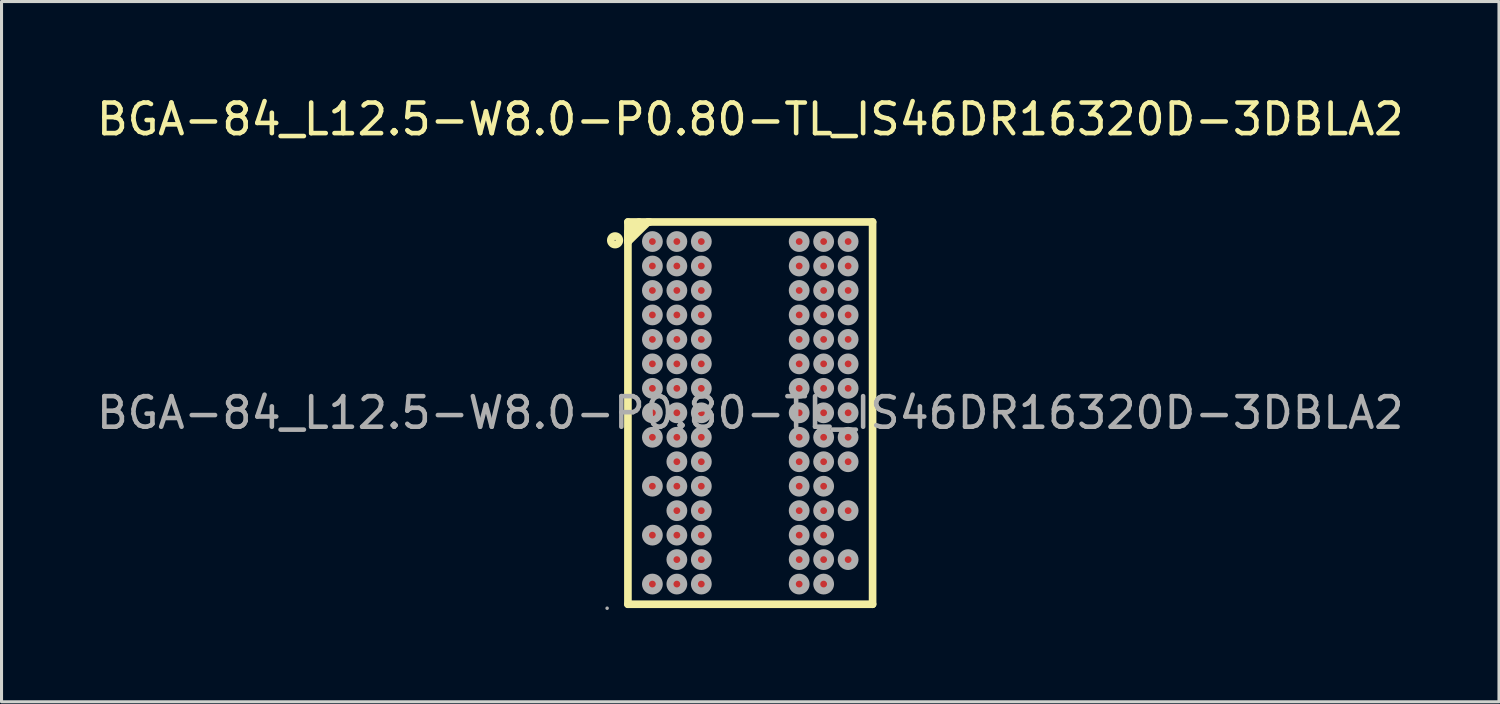
<source format=kicad_pcb>
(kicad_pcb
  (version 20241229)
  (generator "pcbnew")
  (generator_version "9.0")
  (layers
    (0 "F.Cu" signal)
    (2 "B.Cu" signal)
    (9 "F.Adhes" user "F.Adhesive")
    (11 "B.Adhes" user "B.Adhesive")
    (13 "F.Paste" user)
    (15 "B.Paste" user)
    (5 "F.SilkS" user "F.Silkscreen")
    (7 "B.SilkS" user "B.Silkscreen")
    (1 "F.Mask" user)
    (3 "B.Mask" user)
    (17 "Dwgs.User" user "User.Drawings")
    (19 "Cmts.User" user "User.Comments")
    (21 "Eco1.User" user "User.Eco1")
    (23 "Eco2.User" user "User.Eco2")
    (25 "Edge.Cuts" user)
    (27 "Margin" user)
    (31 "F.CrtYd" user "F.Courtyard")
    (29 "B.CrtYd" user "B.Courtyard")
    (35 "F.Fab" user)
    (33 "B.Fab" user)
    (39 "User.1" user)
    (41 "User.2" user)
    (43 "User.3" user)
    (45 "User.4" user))
  (footprint "BGA-84_L12.5-W8.0-P0.80-TL_IS46DR16320D-3DBLA2"
    (layer "F.Cu")
    (at 21.482 10.448)
    (property "Reference" "BGA-84_L12.5-W8.0-P0.80-TL_IS46DR16320D-3DBLA2" (at 0 -9.6 0) (layer "F.SilkS") (effects (font (size 1 1) (thickness 0.15))))
    (attr through_hole)
    (fp_line (start -4 -6.24) (end -4 6.26) (stroke (width 0.25) (type solid)) (layer "F.SilkS"))
    (fp_line (start -4 -5.91) (end -3.98 -5.91) (stroke (width 0.25) (type solid)) (layer "F.SilkS"))
    (fp_line (start -4 -5.59) (end -4 -5.91) (stroke (width 0.25) (type solid)) (layer "F.SilkS"))
    (fp_line (start -4 6.26) (end 4 6.26) (stroke (width 0.25) (type solid)) (layer "F.SilkS"))
    (fp_line (start -3.98 -5.91) (end -3.64 -6.24) (stroke (width 0.25) (type solid)) (layer "F.SilkS"))
    (fp_line (start -3.34 -6.24) (end -4 -5.59) (stroke (width 0.25) (type solid)) (layer "F.SilkS"))
    (fp_line (start -3.29 -6.24) (end -3.34 -6.24) (stroke (width 0.25) (type solid)) (layer "F.SilkS"))
    (fp_line (start 4 -6.24) (end -4 -6.24) (stroke (width 0.25) (type solid)) (layer "F.SilkS"))
    (fp_line (start 4 6.26) (end 4 -6.24) (stroke (width 0.25) (type solid)) (layer "F.SilkS"))
    (fp_circle (center -4.42 -5.64) (end -4.28 -5.64) (stroke (width 0.25) (type solid)) (fill no) (layer "F.SilkS"))
    (fp_circle (center -4.68 6.39) (end -4.65 6.39) (stroke (width 0.06) (type solid)) (fill no) (layer "F.Fab"))
    (fp_circle (center -3.2 -5.6) (end -3.09 -5.6) (stroke (width 0.23) (type solid)) (fill no) (layer "F.Fab"))
    (fp_circle (center -3.2 -4.8) (end -3.09 -4.8) (stroke (width 0.23) (type solid)) (fill no) (layer "F.Fab"))
    (fp_circle (center -3.2 -4) (end -3.09 -4) (stroke (width 0.23) (type solid)) (fill no) (layer "F.Fab"))
    (fp_circle (center -3.2 -3.2) (end -3.09 -3.2) (stroke (width 0.23) (type solid)) (fill no) (layer "F.Fab"))
    (fp_circle (center -3.2 -2.4) (end -3.09 -2.4) (stroke (width 0.23) (type solid)) (fill no) (layer "F.Fab"))
    (fp_circle (center -3.2 -1.6) (end -3.09 -1.6) (stroke (width 0.23) (type solid)) (fill no) (layer "F.Fab"))
    (fp_circle (center -3.2 -0.8) (end -3.09 -0.8) (stroke (width 0.23) (type solid)) (fill no) (layer "F.Fab"))
    (fp_circle (center -3.2 0) (end -3.09 0) (stroke (width 0.23) (type solid)) (fill no) (layer "F.Fab"))
    (fp_circle (center -3.2 0.8) (end -3.09 0.8) (stroke (width 0.23) (type solid)) (fill no) (layer "F.Fab"))
    (fp_circle (center -3.2 2.4) (end -3.09 2.4) (stroke (width 0.23) (type solid)) (fill no) (layer "F.Fab"))
    (fp_circle (center -3.2 4) (end -3.09 4) (stroke (width 0.23) (type solid)) (fill no) (layer "F.Fab"))
    (fp_circle (center -3.2 5.6) (end -3.09 5.6) (stroke (width 0.23) (type solid)) (fill no) (layer "F.Fab"))
    (fp_circle (center -2.4 -5.6) (end -2.29 -5.6) (stroke (width 0.23) (type solid)) (fill no) (layer "F.Fab"))
    (fp_circle (center -2.4 -4.8) (end -2.29 -4.8) (stroke (width 0.23) (type solid)) (fill no) (layer "F.Fab"))
    (fp_circle (center -2.4 -4) (end -2.29 -4) (stroke (width 0.23) (type solid)) (fill no) (layer "F.Fab"))
    (fp_circle (center -2.4 -3.2) (end -2.29 -3.2) (stroke (width 0.23) (type solid)) (fill no) (layer "F.Fab"))
    (fp_circle (center -2.4 -2.4) (end -2.29 -2.4) (stroke (width 0.23) (type solid)) (fill no) (layer "F.Fab"))
    (fp_circle (center -2.4 -1.6) (end -2.29 -1.6) (stroke (width 0.23) (type solid)) (fill no) (layer "F.Fab"))
    (fp_circle (center -2.4 -0.8) (end -2.29 -0.8) (stroke (width 0.23) (type solid)) (fill no) (layer "F.Fab"))
    (fp_circle (center -2.4 0) (end -2.29 0) (stroke (width 0.23) (type solid)) (fill no) (layer "F.Fab"))
    (fp_circle (center -2.4 0.8) (end -2.29 0.8) (stroke (width 0.23) (type solid)) (fill no) (layer "F.Fab"))
    (fp_circle (center -2.4 1.6) (end -2.29 1.6) (stroke (width 0.23) (type solid)) (fill no) (layer "F.Fab"))
    (fp_circle (center -2.4 2.4) (end -2.29 2.4) (stroke (width 0.23) (type solid)) (fill no) (layer "F.Fab"))
    (fp_circle (center -2.4 3.2) (end -2.29 3.2) (stroke (width 0.23) (type solid)) (fill no) (layer "F.Fab"))
    (fp_circle (center -2.4 4) (end -2.29 4) (stroke (width 0.23) (type solid)) (fill no) (layer "F.Fab"))
    (fp_circle (center -2.4 4.8) (end -2.29 4.8) (stroke (width 0.23) (type solid)) (fill no) (layer "F.Fab"))
    (fp_circle (center -2.4 5.6) (end -2.29 5.6) (stroke (width 0.23) (type solid)) (fill no) (layer "F.Fab"))
    (fp_circle (center -1.6 -5.6) (end -1.49 -5.6) (stroke (width 0.23) (type solid)) (fill no) (layer "F.Fab"))
    (fp_circle (center -1.6 -4.8) (end -1.49 -4.8) (stroke (width 0.23) (type solid)) (fill no) (layer "F.Fab"))
    (fp_circle (center -1.6 -4) (end -1.49 -4) (stroke (width 0.23) (type solid)) (fill no) (layer "F.Fab"))
    (fp_circle (center -1.6 -3.2) (end -1.49 -3.2) (stroke (width 0.23) (type solid)) (fill no) (layer "F.Fab"))
    (fp_circle (center -1.6 -2.4) (end -1.49 -2.4) (stroke (width 0.23) (type solid)) (fill no) (layer "F.Fab"))
    (fp_circle (center -1.6 -1.6) (end -1.49 -1.6) (stroke (width 0.23) (type solid)) (fill no) (layer "F.Fab"))
    (fp_circle (center -1.6 -0.8) (end -1.49 -0.8) (stroke (width 0.23) (type solid)) (fill no) (layer "F.Fab"))
    (fp_circle (center -1.6 0) (end -1.49 0) (stroke (width 0.23) (type solid)) (fill no) (layer "F.Fab"))
    (fp_circle (center -1.6 0.8) (end -1.49 0.8) (stroke (width 0.23) (type solid)) (fill no) (layer "F.Fab"))
    (fp_circle (center -1.6 1.6) (end -1.49 1.6) (stroke (width 0.23) (type solid)) (fill no) (layer "F.Fab"))
    (fp_circle (center -1.6 2.4) (end -1.49 2.4) (stroke (width 0.23) (type solid)) (fill no) (layer "F.Fab"))
    (fp_circle (center -1.6 3.2) (end -1.49 3.2) (stroke (width 0.23) (type solid)) (fill no) (layer "F.Fab"))
    (fp_circle (center -1.6 4) (end -1.49 4) (stroke (width 0.23) (type solid)) (fill no) (layer "F.Fab"))
    (fp_circle (center -1.6 4.8) (end -1.49 4.8) (stroke (width 0.23) (type solid)) (fill no) (layer "F.Fab"))
    (fp_circle (center -1.6 5.6) (end -1.49 5.6) (stroke (width 0.23) (type solid)) (fill no) (layer "F.Fab"))
    (fp_circle (center 1.6 -5.6) (end 1.71 -5.6) (stroke (width 0.23) (type solid)) (fill no) (layer "F.Fab"))
    (fp_circle (center 1.6 -4.8) (end 1.71 -4.8) (stroke (width 0.23) (type solid)) (fill no) (layer "F.Fab"))
    (fp_circle (center 1.6 -4) (end 1.71 -4) (stroke (width 0.23) (type solid)) (fill no) (layer "F.Fab"))
    (fp_circle (center 1.6 -3.2) (end 1.71 -3.2) (stroke (width 0.23) (type solid)) (fill no) (layer "F.Fab"))
    (fp_circle (center 1.6 -2.4) (end 1.71 -2.4) (stroke (width 0.23) (type solid)) (fill no) (layer "F.Fab"))
    (fp_circle (center 1.6 -1.6) (end 1.71 -1.6) (stroke (width 0.23) (type solid)) (fill no) (layer "F.Fab"))
    (fp_circle (center 1.6 -0.8) (end 1.71 -0.8) (stroke (width 0.23) (type solid)) (fill no) (layer "F.Fab"))
    (fp_circle (center 1.6 0) (end 1.71 0) (stroke (width 0.23) (type solid)) (fill no) (layer "F.Fab"))
    (fp_circle (center 1.6 0.8) (end 1.71 0.8) (stroke (width 0.23) (type solid)) (fill no) (layer "F.Fab"))
    (fp_circle (center 1.6 1.6) (end 1.71 1.6) (stroke (width 0.23) (type solid)) (fill no) (layer "F.Fab"))
    (fp_circle (center 1.6 2.4) (end 1.71 2.4) (stroke (width 0.23) (type solid)) (fill no) (layer "F.Fab"))
    (fp_circle (center 1.6 3.2) (end 1.71 3.2) (stroke (width 0.23) (type solid)) (fill no) (layer "F.Fab"))
    (fp_circle (center 1.6 4) (end 1.71 4) (stroke (width 0.23) (type solid)) (fill no) (layer "F.Fab"))
    (fp_circle (center 1.6 4.8) (end 1.71 4.8) (stroke (width 0.23) (type solid)) (fill no) (layer "F.Fab"))
    (fp_circle (center 1.6 5.6) (end 1.71 5.6) (stroke (width 0.23) (type solid)) (fill no) (layer "F.Fab"))
    (fp_circle (center 2.4 -5.6) (end 2.51 -5.6) (stroke (width 0.23) (type solid)) (fill no) (layer "F.Fab"))
    (fp_circle (center 2.4 -4.8) (end 2.51 -4.8) (stroke (width 0.23) (type solid)) (fill no) (layer "F.Fab"))
    (fp_circle (center 2.4 -4) (end 2.51 -4) (stroke (width 0.23) (type solid)) (fill no) (layer "F.Fab"))
    (fp_circle (center 2.4 -3.2) (end 2.51 -3.2) (stroke (width 0.23) (type solid)) (fill no) (layer "F.Fab"))
    (fp_circle (center 2.4 -2.4) (end 2.51 -2.4) (stroke (width 0.23) (type solid)) (fill no) (layer "F.Fab"))
    (fp_circle (center 2.4 -1.6) (end 2.51 -1.6) (stroke (width 0.23) (type solid)) (fill no) (layer "F.Fab"))
    (fp_circle (center 2.4 -0.8) (end 2.51 -0.8) (stroke (width 0.23) (type solid)) (fill no) (layer "F.Fab"))
    (fp_circle (center 2.4 0) (end 2.51 0) (stroke (width 0.23) (type solid)) (fill no) (layer "F.Fab"))
    (fp_circle (center 2.4 0.8) (end 2.51 0.8) (stroke (width 0.23) (type solid)) (fill no) (layer "F.Fab"))
    (fp_circle (center 2.4 1.6) (end 2.51 1.6) (stroke (width 0.23) (type solid)) (fill no) (layer "F.Fab"))
    (fp_circle (center 2.4 2.4) (end 2.51 2.4) (stroke (width 0.23) (type solid)) (fill no) (layer "F.Fab"))
    (fp_circle (center 2.4 3.2) (end 2.51 3.2) (stroke (width 0.23) (type solid)) (fill no) (layer "F.Fab"))
    (fp_circle (center 2.4 4) (end 2.51 4) (stroke (width 0.23) (type solid)) (fill no) (layer "F.Fab"))
    (fp_circle (center 2.4 4.8) (end 2.51 4.8) (stroke (width 0.23) (type solid)) (fill no) (layer "F.Fab"))
    (fp_circle (center 2.4 5.6) (end 2.51 5.6) (stroke (width 0.23) (type solid)) (fill no) (layer "F.Fab"))
    (fp_circle (center 3.2 -5.6) (end 3.31 -5.6) (stroke (width 0.23) (type solid)) (fill no) (layer "F.Fab"))
    (fp_circle (center 3.2 -4.8) (end 3.31 -4.8) (stroke (width 0.23) (type solid)) (fill no) (layer "F.Fab"))
    (fp_circle (center 3.2 -4) (end 3.31 -4) (stroke (width 0.23) (type solid)) (fill no) (layer "F.Fab"))
    (fp_circle (center 3.2 -3.2) (end 3.31 -3.2) (stroke (width 0.23) (type solid)) (fill no) (layer "F.Fab"))
    (fp_circle (center 3.2 -2.4) (end 3.31 -2.4) (stroke (width 0.23) (type solid)) (fill no) (layer "F.Fab"))
    (fp_circle (center 3.2 -1.6) (end 3.31 -1.6) (stroke (width 0.23) (type solid)) (fill no) (layer "F.Fab"))
    (fp_circle (center 3.2 -0.8) (end 3.31 -0.8) (stroke (width 0.23) (type solid)) (fill no) (layer "F.Fab"))
    (fp_circle (center 3.2 0) (end 3.31 0) (stroke (width 0.23) (type solid)) (fill no) (layer "F.Fab"))
    (fp_circle (center 3.2 0.8) (end 3.31 0.8) (stroke (width 0.23) (type solid)) (fill no) (layer "F.Fab"))
    (fp_circle (center 3.2 1.6) (end 3.31 1.6) (stroke (width 0.23) (type solid)) (fill no) (layer "F.Fab"))
    (fp_circle (center 3.2 3.2) (end 3.31 3.2) (stroke (width 0.23) (type solid)) (fill no) (layer "F.Fab"))
    (fp_circle (center 3.2 4.8) (end 3.31 4.8) (stroke (width 0.23) (type solid)) (fill no) (layer "F.Fab"))
    (fp_text user "${REFERENCE}" (at 0 0 0) (layer "F.Fab") (effects (font (size 1 1) (thickness 0.15))))
    (pad "A1" smd circle (at -3.2 -5.6) (size 0.45 0.45) (layers "F.Cu" "F.Mask" "F.Paste"))
    (pad "A2" smd circle (at -2.4 -5.6) (size 0.45 0.45) (layers "F.Cu" "F.Mask" "F.Paste"))
    (pad "A3" smd circle (at -1.6 -5.6) (size 0.45 0.45) (layers "F.Cu" "F.Mask" "F.Paste"))
    (pad "A7" smd circle (at 1.6 -5.6) (size 0.45 0.45) (layers "F.Cu" "F.Mask" "F.Paste"))
    (pad "A8" smd circle (at 2.4 -5.6) (size 0.45 0.45) (layers "F.Cu" "F.Mask" "F.Paste"))
    (pad "A9" smd circle (at 3.2 -5.6) (size 0.45 0.45) (layers "F.Cu" "F.Mask" "F.Paste"))
    (pad "B1" smd circle (at -3.2 -4.8) (size 0.45 0.45) (layers "F.Cu" "F.Mask" "F.Paste"))
    (pad "B2" smd circle (at -2.4 -4.8) (size 0.45 0.45) (layers "F.Cu" "F.Mask" "F.Paste"))
    (pad "B3" smd circle (at -1.6 -4.8) (size 0.45 0.45) (layers "F.Cu" "F.Mask" "F.Paste"))
    (pad "B7" smd circle (at 1.6 -4.8) (size 0.45 0.45) (layers "F.Cu" "F.Mask" "F.Paste"))
    (pad "B8" smd circle (at 2.4 -4.8) (size 0.45 0.45) (layers "F.Cu" "F.Mask" "F.Paste"))
    (pad "B9" smd circle (at 3.2 -4.8) (size 0.45 0.45) (layers "F.Cu" "F.Mask" "F.Paste"))
    (pad "C1" smd circle (at -3.2 -4) (size 0.45 0.45) (layers "F.Cu" "F.Mask" "F.Paste"))
    (pad "C2" smd circle (at -2.4 -4) (size 0.45 0.45) (layers "F.Cu" "F.Mask" "F.Paste"))
    (pad "C3" smd circle (at -1.6 -4) (size 0.45 0.45) (layers "F.Cu" "F.Mask" "F.Paste"))
    (pad "C7" smd circle (at 1.6 -4) (size 0.45 0.45) (layers "F.Cu" "F.Mask" "F.Paste"))
    (pad "C8" smd circle (at 2.4 -4) (size 0.45 0.45) (layers "F.Cu" "F.Mask" "F.Paste"))
    (pad "C9" smd circle (at 3.2 -4) (size 0.45 0.45) (layers "F.Cu" "F.Mask" "F.Paste"))
    (pad "D1" smd circle (at -3.2 -3.2) (size 0.45 0.45) (layers "F.Cu" "F.Mask" "F.Paste"))
    (pad "D2" smd circle (at -2.4 -3.2) (size 0.45 0.45) (layers "F.Cu" "F.Mask" "F.Paste"))
    (pad "D3" smd circle (at -1.6 -3.2) (size 0.45 0.45) (layers "F.Cu" "F.Mask" "F.Paste"))
    (pad "D7" smd circle (at 1.6 -3.2) (size 0.45 0.45) (layers "F.Cu" "F.Mask" "F.Paste"))
    (pad "D8" smd circle (at 2.4 -3.2) (size 0.45 0.45) (layers "F.Cu" "F.Mask" "F.Paste"))
    (pad "D9" smd circle (at 3.2 -3.2) (size 0.45 0.45) (layers "F.Cu" "F.Mask" "F.Paste"))
    (pad "E1" smd circle (at -3.2 -2.4) (size 0.45 0.45) (layers "F.Cu" "F.Mask" "F.Paste"))
    (pad "E2" smd circle (at -2.4 -2.4) (size 0.45 0.45) (layers "F.Cu" "F.Mask" "F.Paste"))
    (pad "E3" smd circle (at -1.6 -2.4) (size 0.45 0.45) (layers "F.Cu" "F.Mask" "F.Paste"))
    (pad "E7" smd circle (at 1.6 -2.4) (size 0.45 0.45) (layers "F.Cu" "F.Mask" "F.Paste"))
    (pad "E8" smd circle (at 2.4 -2.4) (size 0.45 0.45) (layers "F.Cu" "F.Mask" "F.Paste"))
    (pad "E9" smd circle (at 3.2 -2.4) (size 0.45 0.45) (layers "F.Cu" "F.Mask" "F.Paste"))
    (pad "F1" smd circle (at -3.2 -1.6) (size 0.45 0.45) (layers "F.Cu" "F.Mask" "F.Paste"))
    (pad "F2" smd circle (at -2.4 -1.6) (size 0.45 0.45) (layers "F.Cu" "F.Mask" "F.Paste"))
    (pad "F3" smd circle (at -1.6 -1.6) (size 0.45 0.45) (layers "F.Cu" "F.Mask" "F.Paste"))
    (pad "F7" smd circle (at 1.6 -1.6) (size 0.45 0.45) (layers "F.Cu" "F.Mask" "F.Paste"))
    (pad "F8" smd circle (at 2.4 -1.6) (size 0.45 0.45) (layers "F.Cu" "F.Mask" "F.Paste"))
    (pad "F9" smd circle (at 3.2 -1.6) (size 0.45 0.45) (layers "F.Cu" "F.Mask" "F.Paste"))
    (pad "G1" smd circle (at -3.2 -0.8) (size 0.45 0.45) (layers "F.Cu" "F.Mask" "F.Paste"))
    (pad "G2" smd circle (at -2.4 -0.8) (size 0.45 0.45) (layers "F.Cu" "F.Mask" "F.Paste"))
    (pad "G3" smd circle (at -1.6 -0.8) (size 0.45 0.45) (layers "F.Cu" "F.Mask" "F.Paste"))
    (pad "G7" smd circle (at 1.6 -0.8) (size 0.45 0.45) (layers "F.Cu" "F.Mask" "F.Paste"))
    (pad "G8" smd circle (at 2.4 -0.8) (size 0.45 0.45) (layers "F.Cu" "F.Mask" "F.Paste"))
    (pad "G9" smd circle (at 3.2 -0.8) (size 0.45 0.45) (layers "F.Cu" "F.Mask" "F.Paste"))
    (pad "H1" smd circle (at -3.2 0) (size 0.45 0.45) (layers "F.Cu" "F.Mask" "F.Paste"))
    (pad "H2" smd circle (at -2.4 0) (size 0.45 0.45) (layers "F.Cu" "F.Mask" "F.Paste"))
    (pad "H3" smd circle (at -1.6 0) (size 0.45 0.45) (layers "F.Cu" "F.Mask" "F.Paste"))
    (pad "H7" smd circle (at 1.6 0) (size 0.45 0.45) (layers "F.Cu" "F.Mask" "F.Paste"))
    (pad "H8" smd circle (at 2.4 0) (size 0.45 0.45) (layers "F.Cu" "F.Mask" "F.Paste"))
    (pad "H9" smd circle (at 3.2 0) (size 0.45 0.45) (layers "F.Cu" "F.Mask" "F.Paste"))
    (pad "J1" smd circle (at -3.2 0.8) (size 0.45 0.45) (layers "F.Cu" "F.Mask" "F.Paste"))
    (pad "J2" smd circle (at -2.4 0.8) (size 0.45 0.45) (layers "F.Cu" "F.Mask" "F.Paste"))
    (pad "J3" smd circle (at -1.6 0.8) (size 0.45 0.45) (layers "F.Cu" "F.Mask" "F.Paste"))
    (pad "J7" smd circle (at 1.6 0.8) (size 0.45 0.45) (layers "F.Cu" "F.Mask" "F.Paste"))
    (pad "J8" smd circle (at 2.4 0.8) (size 0.45 0.45) (layers "F.Cu" "F.Mask" "F.Paste"))
    (pad "J9" smd circle (at 3.2 0.8) (size 0.45 0.45) (layers "F.Cu" "F.Mask" "F.Paste"))
    (pad "K2" smd circle (at -2.4 1.6) (size 0.45 0.45) (layers "F.Cu" "F.Mask" "F.Paste"))
    (pad "K3" smd circle (at -1.6 1.6) (size 0.45 0.45) (layers "F.Cu" "F.Mask" "F.Paste"))
    (pad "K7" smd circle (at 1.6 1.6) (size 0.45 0.45) (layers "F.Cu" "F.Mask" "F.Paste"))
    (pad "K8" smd circle (at 2.4 1.6) (size 0.45 0.45) (layers "F.Cu" "F.Mask" "F.Paste"))
    (pad "K9" smd circle (at 3.2 1.6) (size 0.45 0.45) (layers "F.Cu" "F.Mask" "F.Paste"))
    (pad "L1" smd circle (at -3.2 2.4) (size 0.45 0.45) (layers "F.Cu" "F.Mask" "F.Paste"))
    (pad "L2" smd circle (at -2.4 2.4) (size 0.45 0.45) (layers "F.Cu" "F.Mask" "F.Paste"))
    (pad "L3" smd circle (at -1.6 2.4) (size 0.45 0.45) (layers "F.Cu" "F.Mask" "F.Paste"))
    (pad "L7" smd circle (at 1.6 2.4) (size 0.45 0.45) (layers "F.Cu" "F.Mask" "F.Paste"))
    (pad "L8" smd circle (at 2.4 2.4) (size 0.45 0.45) (layers "F.Cu" "F.Mask" "F.Paste"))
    (pad "M2" smd circle (at -2.4 3.2) (size 0.45 0.45) (layers "F.Cu" "F.Mask" "F.Paste"))
    (pad "M3" smd circle (at -1.6 3.2) (size 0.45 0.45) (layers "F.Cu" "F.Mask" "F.Paste"))
    (pad "M7" smd circle (at 1.6 3.2) (size 0.45 0.45) (layers "F.Cu" "F.Mask" "F.Paste"))
    (pad "M8" smd circle (at 2.4 3.2) (size 0.45 0.45) (layers "F.Cu" "F.Mask" "F.Paste"))
    (pad "M9" smd circle (at 3.2 3.2) (size 0.45 0.45) (layers "F.Cu" "F.Mask" "F.Paste"))
    (pad "N1" smd circle (at -3.2 4) (size 0.45 0.45) (layers "F.Cu" "F.Mask" "F.Paste"))
    (pad "N2" smd circle (at -2.4 4) (size 0.45 0.45) (layers "F.Cu" "F.Mask" "F.Paste"))
    (pad "N3" smd circle (at -1.6 4) (size 0.45 0.45) (layers "F.Cu" "F.Mask" "F.Paste"))
    (pad "N7" smd circle (at 1.6 4) (size 0.45 0.45) (layers "F.Cu" "F.Mask" "F.Paste"))
    (pad "N8" smd circle (at 2.4 4) (size 0.45 0.45) (layers "F.Cu" "F.Mask" "F.Paste"))
    (pad "P2" smd circle (at -2.4 4.8) (size 0.45 0.45) (layers "F.Cu" "F.Mask" "F.Paste"))
    (pad "P3" smd circle (at -1.6 4.8) (size 0.45 0.45) (layers "F.Cu" "F.Mask" "F.Paste"))
    (pad "P7" smd circle (at 1.6 4.8) (size 0.45 0.45) (layers "F.Cu" "F.Mask" "F.Paste"))
    (pad "P8" smd circle (at 2.4 4.8) (size 0.45 0.45) (layers "F.Cu" "F.Mask" "F.Paste"))
    (pad "P9" smd circle (at 3.2 4.8) (size 0.45 0.45) (layers "F.Cu" "F.Mask" "F.Paste"))
    (pad "R1" smd circle (at -3.2 5.6) (size 0.45 0.45) (layers "F.Cu" "F.Mask" "F.Paste"))
    (pad "R2" smd circle (at -2.4 5.6) (size 0.45 0.45) (layers "F.Cu" "F.Mask" "F.Paste"))
    (pad "R3" smd circle (at -1.6 5.6) (size 0.45 0.45) (layers "F.Cu" "F.Mask" "F.Paste"))
    (pad "R7" smd circle (at 1.6 5.6) (size 0.45 0.45) (layers "F.Cu" "F.Mask" "F.Paste"))
    (pad "R8" smd circle (at 2.4 5.6) (size 0.45 0.45) (layers "F.Cu" "F.Mask" "F.Paste")))
  (gr_rect
    (start -3 -3)
    (end 45.964 19.898)
    (stroke (width 0.1) (type default))
    (fill no)
    (layer "Edge.Cuts")))
</source>
